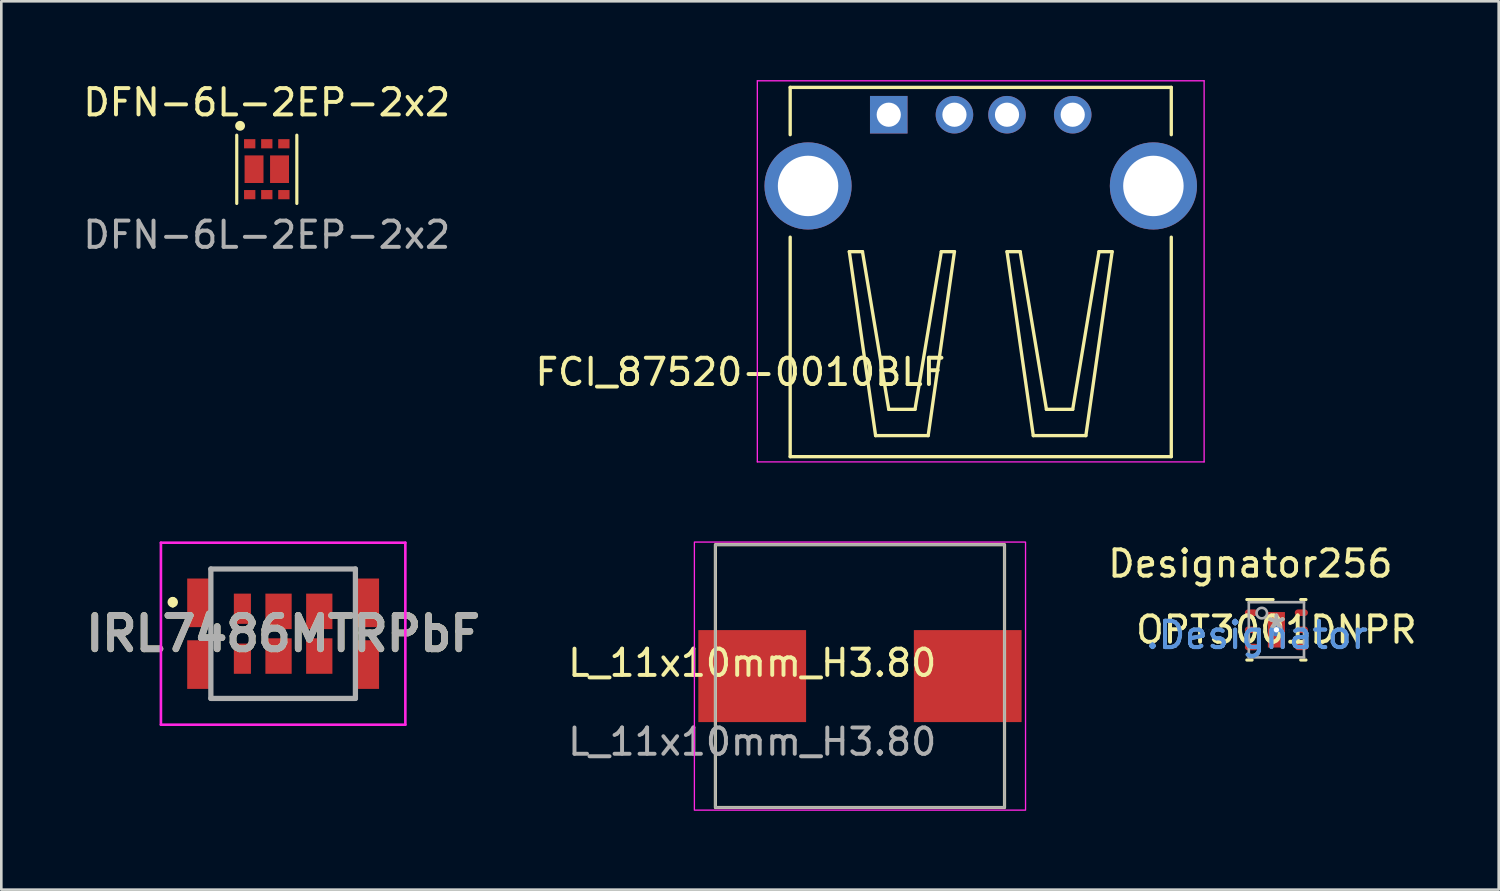
<source format=kicad_pcb>
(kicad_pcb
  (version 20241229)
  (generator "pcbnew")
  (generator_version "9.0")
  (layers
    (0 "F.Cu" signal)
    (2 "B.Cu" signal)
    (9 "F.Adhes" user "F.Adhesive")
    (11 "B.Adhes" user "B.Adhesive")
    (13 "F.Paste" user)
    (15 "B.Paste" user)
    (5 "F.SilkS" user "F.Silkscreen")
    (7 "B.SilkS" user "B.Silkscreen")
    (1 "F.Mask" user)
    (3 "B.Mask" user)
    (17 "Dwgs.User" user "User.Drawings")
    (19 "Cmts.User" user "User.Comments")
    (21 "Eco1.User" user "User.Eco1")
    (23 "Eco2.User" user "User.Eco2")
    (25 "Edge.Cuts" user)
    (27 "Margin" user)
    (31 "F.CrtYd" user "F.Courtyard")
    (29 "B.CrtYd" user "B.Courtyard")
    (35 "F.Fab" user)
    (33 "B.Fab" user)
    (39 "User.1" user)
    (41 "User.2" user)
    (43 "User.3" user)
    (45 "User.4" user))
  (footprint "L_11x10mm_H3.80"
    (layer "F.Cu")
    (at 25.571 22.675)
    (property "Reference" "L_11x10mm_H3.80" (at 0 -0.5 0) (unlocked yes) (layer "F.SilkS") (effects (font (size 1 1) (thickness 0.15))))
    (attr smd)
    (fp_rect (start -1.4 -5) (end 9.6 5) (stroke (width 0.12) (type default)) (fill no) (layer "F.SilkS"))
    (fp_rect (start -2.2 -5.1) (end 10.4 5.1) (stroke (width 0.05) (type default)) (fill no) (layer "F.CrtYd"))
    (fp_rect (start -1.4 -5) (end 9.6 5) (stroke (width 0.1) (type default)) (fill no) (layer "F.Fab"))
    (fp_text user "${REFERENCE}" (at 0 2.5 0) (unlocked yes) (layer "F.Fab") (effects (font (size 1 1) (thickness 0.15))))
    (pad "1" smd rect (at 0 0) (size 4.1 3.5) (layers "F.Cu" "F.Mask" "F.Paste"))
    (pad "2" smd rect (at 8.2 0) (size 4.1 3.5) (layers "F.Cu" "F.Mask" "F.Paste")))
  (footprint "FCI_87520-0010BLF"
    (layer "F.Cu")
    (at 34.266 4.025)
    (property "Reference" "FCI_87520-0010BLF" (at -9.145 7.082 180) (layer "F.SilkS") (effects (font (size 1.001 1.001) (thickness 0.15))))
    (attr through_hole)
    (fp_line (start -7.25 -3.75) (end 7.25 -3.75) (stroke (width 0.127) (type solid)) (layer "F.SilkS"))
    (fp_line (start -7.25 -1.95) (end -7.25 -3.75) (stroke (width 0.127) (type solid)) (layer "F.SilkS"))
    (fp_line (start -7.25 10.3) (end -7.25 1.95) (stroke (width 0.127) (type solid)) (layer "F.SilkS"))
    (fp_line (start -5 2.5) (end -4.5 2.5) (stroke (width 0.127) (type solid)) (layer "F.SilkS"))
    (fp_line (start -4.5 2.5) (end -3.5 8.5) (stroke (width 0.127) (type solid)) (layer "F.SilkS"))
    (fp_line (start -4 9.5) (end -5 2.5) (stroke (width 0.127) (type solid)) (layer "F.SilkS"))
    (fp_line (start -3.5 8.5) (end -2.5 8.5) (stroke (width 0.127) (type solid)) (layer "F.SilkS"))
    (fp_line (start -2.5 8.5) (end -1.5 2.5) (stroke (width 0.127) (type solid)) (layer "F.SilkS"))
    (fp_line (start -2 9.5) (end -4 9.5) (stroke (width 0.127) (type solid)) (layer "F.SilkS"))
    (fp_line (start -1.5 2.5) (end -1 2.5) (stroke (width 0.127) (type solid)) (layer "F.SilkS"))
    (fp_line (start -1 2.5) (end -2 9.5) (stroke (width 0.127) (type solid)) (layer "F.SilkS"))
    (fp_line (start 1 2.5) (end 1.5 2.5) (stroke (width 0.127) (type solid)) (layer "F.SilkS"))
    (fp_line (start 1 2.5) (end 2 9.5) (stroke (width 0.127) (type solid)) (layer "F.SilkS"))
    (fp_line (start 1.5 2.5) (end 2.5 8.5) (stroke (width 0.127) (type solid)) (layer "F.SilkS"))
    (fp_line (start 2 9.5) (end 4 9.5) (stroke (width 0.127) (type solid)) (layer "F.SilkS"))
    (fp_line (start 2.5 8.5) (end 3.5 8.5) (stroke (width 0.127) (type solid)) (layer "F.SilkS"))
    (fp_line (start 3.5 8.5) (end 4.5 2.5) (stroke (width 0.127) (type solid)) (layer "F.SilkS"))
    (fp_line (start 4 9.5) (end 5 2.5) (stroke (width 0.127) (type solid)) (layer "F.SilkS"))
    (fp_line (start 4.5 2.5) (end 5 2.5) (stroke (width 0.127) (type solid)) (layer "F.SilkS"))
    (fp_line (start 7.25 -3.75) (end 7.25 -1.95) (stroke (width 0.127) (type solid)) (layer "F.SilkS"))
    (fp_line (start 7.25 1.95) (end 7.25 10.3) (stroke (width 0.127) (type solid)) (layer "F.SilkS"))
    (fp_line (start 7.25 10.3) (end -7.25 10.3) (stroke (width 0.127) (type solid)) (layer "F.SilkS"))
    (fp_line (start -8.5 -4) (end 8.5 -4) (stroke (width 0.05) (type solid)) (layer "F.CrtYd"))
    (fp_line (start -8.5 10.5) (end -8.5 -4) (stroke (width 0.05) (type solid)) (layer "F.CrtYd"))
    (fp_line (start 8.5 -4) (end 8.5 10.5) (stroke (width 0.05) (type solid)) (layer "F.CrtYd"))
    (fp_line (start 8.5 10.5) (end -8.5 10.5) (stroke (width 0.05) (type solid)) (layer "F.CrtYd"))
    (pad "1" thru_hole rect (at -3.5 -2.71) (size 1.428 1.428) (drill 0.92) (layers "*.Cu" "*.Mask"))
    (pad "2" thru_hole circle (at -1 -2.71) (size 1.428 1.428) (drill 0.92) (layers "*.Cu" "*.Mask"))
    (pad "3" thru_hole circle (at 1 -2.71) (size 1.428 1.428) (drill 0.92) (layers "*.Cu" "*.Mask"))
    (pad "4" thru_hole circle (at 3.5 -2.71) (size 1.428 1.428) (drill 0.92) (layers "*.Cu" "*.Mask"))
    (pad "P1" thru_hole circle (at -6.57 0) (size 3.316 3.316) (drill 2.3) (layers "*.Cu" "*.Mask"))
    (pad "P2" thru_hole circle (at 6.57 0) (size 3.316 3.316) (drill 2.3) (layers "*.Cu" "*.Mask")))
  (footprint "IRL7486MTRPbF"
    (layer "F.Cu")
    (at 7.723 21.062)
    (property "Reference" "IRL7486MTRPbF" (at 0 0 0) (layer "F.SilkS") (effects (font (size 1.27 1.27) (thickness 0.254))))
    (attr smd)
    (fp_line (start -4.2 -1.3) (end -4.2 -1.3) (stroke (width 0.2) (type solid)) (layer "F.SilkS"))
    (fp_line (start -4.2 -1.1) (end -4.2 -1.1) (stroke (width 0.2) (type solid)) (layer "F.SilkS"))
    (fp_line (start -2.75 -2.462) (end 2.75 -2.462) (stroke (width 0.1) (type solid)) (layer "F.SilkS"))
    (fp_line (start -2.75 2.462) (end 2.75 2.462) (stroke (width 0.1) (type solid)) (layer "F.SilkS"))
    (fp_arc (start -4.2 -1.3) (mid -4.1 -1.2) (end -4.2 -1.1) (stroke (width 0.2) (type solid)) (layer "F.SilkS"))
    (fp_arc (start -4.2 -1.1) (mid -4.3 -1.2) (end -4.2 -1.3) (stroke (width 0.2) (type solid)) (layer "F.SilkS"))
    (fp_line (start -4.65 -3.462) (end 4.65 -3.462) (stroke (width 0.1) (type solid)) (layer "F.CrtYd"))
    (fp_line (start -4.65 3.462) (end -4.65 -3.462) (stroke (width 0.1) (type solid)) (layer "F.CrtYd"))
    (fp_line (start 4.65 -3.462) (end 4.65 3.462) (stroke (width 0.1) (type solid)) (layer "F.CrtYd"))
    (fp_line (start 4.65 3.462) (end -4.65 3.462) (stroke (width 0.1) (type solid)) (layer "F.CrtYd"))
    (fp_line (start -2.75 -2.462) (end 2.75 -2.462) (stroke (width 0.2) (type solid)) (layer "F.Fab"))
    (fp_line (start -2.75 2.462) (end -2.75 -2.462) (stroke (width 0.2) (type solid)) (layer "F.Fab"))
    (fp_line (start 2.75 -2.462) (end 2.75 2.462) (stroke (width 0.2) (type solid)) (layer "F.Fab"))
    (fp_line (start 2.75 2.462) (end -2.75 2.462) (stroke (width 0.2) (type solid)) (layer "F.Fab"))
    (fp_text user "${REFERENCE}" (at 0 0 0) (layer "F.Fab") (effects (font (size 1.27 1.27) (thickness 0.254))))
    (pad "1" smd rect (at -1.55 -0.95) (size 0.65 1.15) (layers "F.Cu" "F.Mask" "F.Paste"))
    (pad "1" smd rect (at -1.55 0.95) (size 0.65 1.15) (layers "F.Cu" "F.Mask" "F.Paste"))
    (pad "2" smd rect (at -0.175 -0.85) (size 1 1.35) (layers "F.Cu" "F.Mask" "F.Paste"))
    (pad "2" smd rect (at -0.175 0.85) (size 1 1.35) (layers "F.Cu" "F.Mask" "F.Paste"))
    (pad "2" smd rect (at 1.375 -0.85) (size 1 1.35) (layers "F.Cu" "F.Mask" "F.Paste"))
    (pad "2" smd rect (at 1.375 0.85) (size 1 1.35) (layers "F.Cu" "F.Mask" "F.Paste"))
    (pad "3" smd rect (at -3.2 -1.175) (size 0.9 1.85) (layers "F.Cu" "F.Mask" "F.Paste"))
    (pad "3" smd rect (at -3.2 1.175) (size 0.9 1.85) (layers "F.Cu" "F.Mask" "F.Paste"))
    (pad "3" smd rect (at 3.2 -1.175) (size 0.9 1.85) (layers "F.Cu" "F.Mask" "F.Paste"))
    (pad "3" smd rect (at 3.2 1.175) (size 0.9 1.85) (layers "F.Cu" "F.Mask" "F.Paste")))
  (footprint "DFN-6L-2EP-2x2"
    (layer "F.Cu")
    (at 7.101 3.388)
    (property "Reference" "DFN-6L-2EP-2x2" (at 0 -2.54 0) (unlocked yes) (layer "F.SilkS") (effects (font (size 1 1) (thickness 0.15))))
    (attr smd)
    (fp_line (start -1.143 -1.295) (end -1.143 1.303) (stroke (width 0.12) (type default)) (layer "F.SilkS"))
    (fp_line (start 1.143 -1.295) (end 1.143 1.303) (stroke (width 0.12) (type default)) (layer "F.SilkS"))
    (fp_circle (center -1.016 -1.651) (end -0.889 -1.651) (stroke (width 0.12) (type solid)) (fill yes) (layer "F.SilkS"))
    (fp_text user "${REFERENCE}" (at 0 2.5 0) (unlocked yes) (layer "F.Fab") (effects (font (size 1 1) (thickness 0.15))))
    (pad "1" smd rect (at -0.65 -0.968) (size 0.43 0.35) (layers "F.Cu" "F.Mask" "F.Paste"))
    (pad "2" smd rect (at 0 -0.968) (size 0.43 0.35) (layers "F.Cu" "F.Mask" "F.Paste"))
    (pad "3" smd rect (at 0.65 -0.968) (size 0.43 0.35) (layers "F.Cu" "F.Mask" "F.Paste"))
    (pad "4" smd rect (at 0.65 0.968) (size 0.43 0.35) (layers "F.Cu" "F.Mask" "F.Paste"))
    (pad "5" smd rect (at 0 0.968) (size 0.43 0.35) (layers "F.Cu" "F.Mask" "F.Paste"))
    (pad "6" smd rect (at -0.65 0.968) (size 0.43 0.35) (layers "F.Cu" "F.Mask" "F.Paste"))
    (pad "7" smd rect (at -0.485 0) (size 0.72 1.05) (layers "F.Cu" "F.Mask" "F.Paste"))
    (pad "8" smd rect (at 0.485 0) (size 0.72 1.05) (layers "F.Cu" "F.Mask" "F.Paste")))
  (footprint "OPT3001DNPR"
    (layer "F.Cu")
    (at 45.516 20.913)
    (property "Reference" "OPT3001DNPR" (at 0 0 0) (layer "F.SilkS") (effects (font (size 1 1) (thickness 0.15))))
    (attr through_hole)
    (fp_line (start -1.125 -1.15) (end -0.125 -1.15) (stroke (width 0.12) (type solid)) (layer "F.SilkS"))
    (fp_line (start -1.125 1.15) (end -0.925 1.15) (stroke (width 0.12) (type solid)) (layer "F.SilkS"))
    (fp_line (start 0.925 -1.15) (end 1.125 -1.15) (stroke (width 0.12) (type solid)) (layer "F.SilkS"))
    (fp_line (start 0.925 1.15) (end 1.125 1.15) (stroke (width 0.12) (type solid)) (layer "F.SilkS"))
    (fp_poly (pts (xy 0.31 0.625) (xy 0.31 -0.625) (xy -0.31 -0.625) (xy -0.31 0.625)) (stroke (width 0.1) (type solid)) (fill yes) (layer "F.Paste"))
    (fp_line (start -1.05 -1.05) (end 1.05 -1.05) (stroke (width 0.1) (type solid)) (layer "F.Fab"))
    (fp_line (start -1.05 1.05) (end -1.05 -1.05) (stroke (width 0.1) (type solid)) (layer "F.Fab"))
    (fp_line (start -1.05 1.05) (end 1.05 1.05) (stroke (width 0.1) (type solid)) (layer "F.Fab"))
    (fp_line (start 1.05 1.05) (end 1.05 -1.05) (stroke (width 0.1) (type solid)) (layer "F.Fab"))
    (fp_circle (center -0.556 -0.635) (end -0.356 -0.635) (stroke (width 0.1) (type solid)) (fill no) (layer "F.Fab"))
    (fp_text user "*" (at 0 0 0) (layer "F.SilkS") (effects (font (size 1 1) (thickness 0.15))))
    (fp_text user "Designator256" (at -0.991 -2.515 0) (layer "F.SilkS") (effects (font (size 1 1) (thickness 0.15))))
    (fp_text user ".Designator" (at -0.737 0.203 0) (layer "Cmts.User") (effects (font (size 1 1) (thickness 0.15))))
    (fp_text user "Copyright 2021 Accelerated Designs. All rights reserved." (at 0 0 0) (layer "Cmts.User") (effects (font (size 0.127 0.127) (thickness 0.002))))
    (fp_text user ".Designator" (at -0.737 0.203 0) (layer "F.Fab") (effects (font (size 1 1) (thickness 0.15))))
    (fp_text user "*" (at 0 0 0) (layer "F.Fab") (effects (font (size 1 1) (thickness 0.15))))
    (pad "1" smd oval (at -0.95 -0.65 90) (size 0.25 0.5) (layers "F.Cu" "F.Mask" "F.Paste"))
    (pad "2" smd oval (at -0.95 0 90) (size 0.25 0.5) (layers "F.Cu" "F.Mask" "F.Paste"))
    (pad "3" smd oval (at -0.95 0.655 90) (size 0.25 0.5) (layers "F.Cu" "F.Mask" "F.Paste"))
    (pad "4" smd oval (at 0.95 0.65 90) (size 0.25 0.5) (layers "F.Cu" "F.Mask" "F.Paste"))
    (pad "5" smd oval (at 0.95 0 90) (size 0.25 0.5) (layers "F.Cu" "F.Mask" "F.Paste"))
    (pad "6" smd oval (at 0.95 -0.65 90) (size 0.25 0.5) (layers "F.Cu" "F.Mask" "F.Paste"))
    (pad "7" smd rect (at 0 0) (size 0.65 1.35) (layers "F.Cu" "F.Mask"))
    (pad "V" thru_hole circle (at 0 0) (size 0.5 0.5) (drill 0.203) (layers "*.Cu" "*.Mask")))
  (gr_rect
    (start -3 -3)
    (end 53.974 30.8)
    (stroke (width 0.1) (type default))
    (fill no)
    (layer "Edge.Cuts")))
</source>
